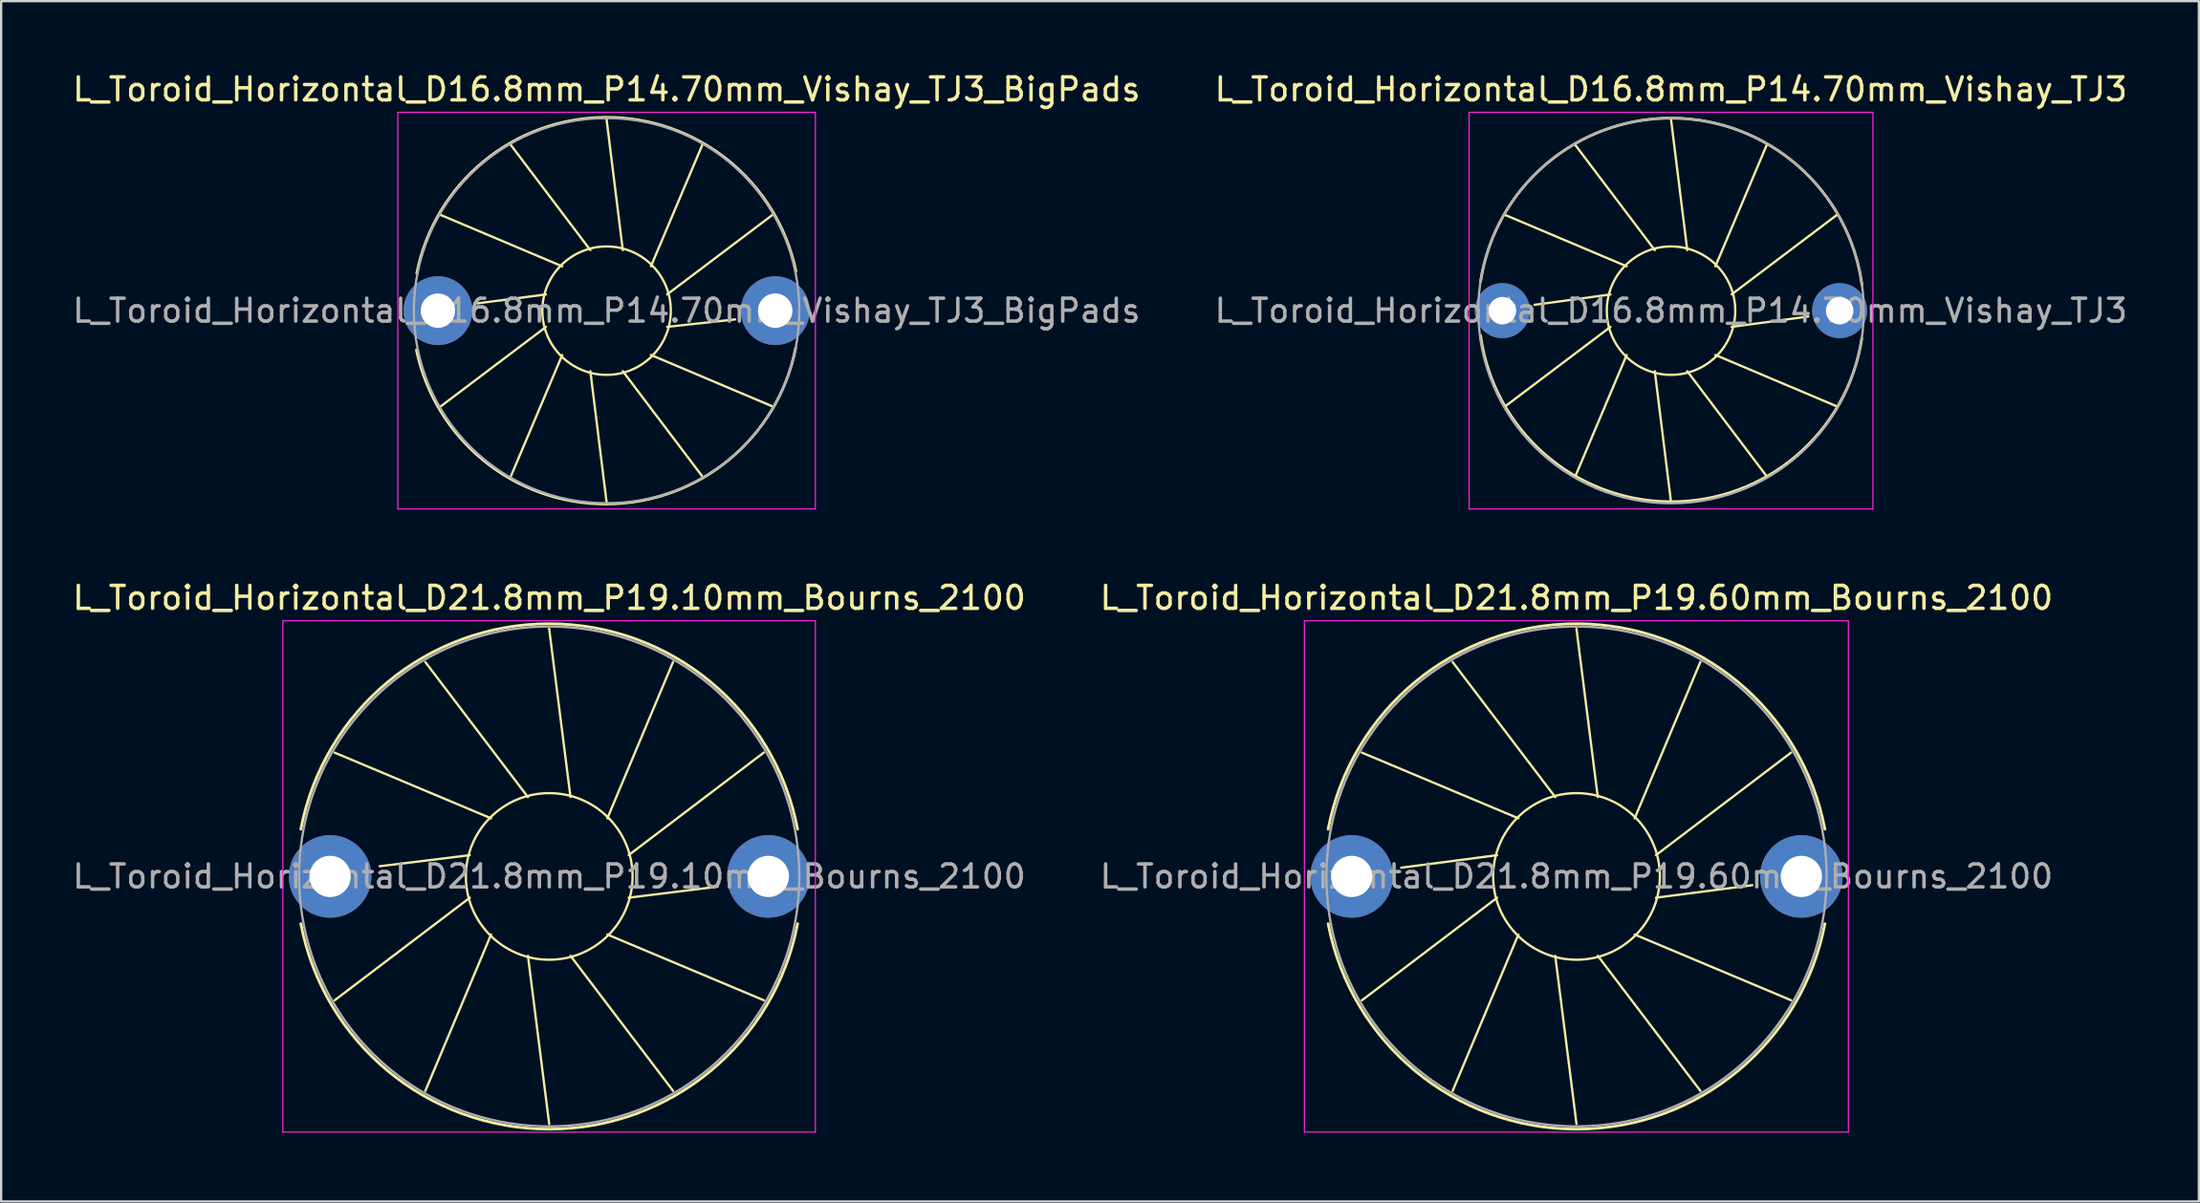
<source format=kicad_pcb>
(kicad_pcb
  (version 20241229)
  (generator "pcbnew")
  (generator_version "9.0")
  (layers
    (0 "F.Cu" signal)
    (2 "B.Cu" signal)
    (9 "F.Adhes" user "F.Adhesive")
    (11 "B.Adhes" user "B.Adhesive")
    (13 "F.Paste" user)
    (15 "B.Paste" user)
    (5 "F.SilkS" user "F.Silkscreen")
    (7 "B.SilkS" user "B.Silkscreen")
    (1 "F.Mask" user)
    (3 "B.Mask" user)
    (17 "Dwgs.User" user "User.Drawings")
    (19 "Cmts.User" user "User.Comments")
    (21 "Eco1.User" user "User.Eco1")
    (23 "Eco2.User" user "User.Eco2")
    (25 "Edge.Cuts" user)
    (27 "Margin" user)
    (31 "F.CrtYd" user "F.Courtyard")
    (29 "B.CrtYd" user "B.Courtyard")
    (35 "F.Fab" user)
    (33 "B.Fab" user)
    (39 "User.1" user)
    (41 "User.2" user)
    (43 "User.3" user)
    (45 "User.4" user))
  (footprint "L_Toroid_Horizontal_D21.8mm_P19.10mm_Bourns_2100"
    (layer "F.Cu")
    (at 11.337 35.172)
    (property "Reference" "L_Toroid_Horizontal_D21.8mm_P19.10mm_Bourns_2100" (at 9.55 -12.15 0) (layer "F.SilkS") (effects (font (size 1 1) (thickness 0.15))))
    (attr through_hole)
    (fp_line (start 0.197 -5.399) (end 7.016 -2.534) (stroke (width 0.1) (type solid)) (layer "F.SilkS"))
    (fp_line (start 0.198 5.401) (end 6.089 0.928) (stroke (width 0.1) (type solid)) (layer "F.SilkS"))
    (fp_line (start 2.159 -0.445) (end 6.088 -0.927) (stroke (width 0.1) (type solid)) (layer "F.SilkS"))
    (fp_line (start 4.149 -9.352) (end 8.622 -3.461) (stroke (width 0.1) (type solid)) (layer "F.SilkS"))
    (fp_line (start 4.151 9.353) (end 7.016 2.534) (stroke (width 0.1) (type solid)) (layer "F.SilkS"))
    (fp_line (start 9.548 -10.8) (end 10.477 -3.462) (stroke (width 0.1) (type solid)) (layer "F.SilkS"))
    (fp_line (start 9.55 10.8) (end 8.623 3.462) (stroke (width 0.1) (type solid)) (layer "F.SilkS"))
    (fp_line (start 14.948 -9.354) (end 12.084 -2.534) (stroke (width 0.1) (type solid)) (layer "F.SilkS"))
    (fp_line (start 14.95 9.353) (end 10.478 3.461) (stroke (width 0.1) (type solid)) (layer "F.SilkS"))
    (fp_line (start 16.891 0.445) (end 13.011 0.927) (stroke (width 0.1) (type solid)) (layer "F.SilkS"))
    (fp_line (start 18.902 -5.401) (end 13.011 -0.928) (stroke (width 0.1) (type solid)) (layer "F.SilkS"))
    (fp_line (start 18.903 5.4) (end 12.084 2.534) (stroke (width 0.1) (type solid)) (layer "F.SilkS"))
    (fp_arc (start -1.275747 -2.06) (mid 9.55 -11.02) (end 20.375747 -2.06) (stroke (width 0.12) (type solid)) (layer "F.SilkS"))
    (fp_arc (start 20.375747 2.06) (mid 9.55 11.02) (end -1.275747 2.06) (stroke (width 0.12) (type solid)) (layer "F.SilkS"))
    (fp_circle (center 9.55 0) (end 13.183 0) (stroke (width 0.1) (type solid)) (fill no) (layer "F.SilkS"))
    (fp_line (start -2.06 -11.15) (end -2.06 11.15) (stroke (width 0.05) (type solid)) (layer "F.CrtYd"))
    (fp_line (start -2.06 11.15) (end 21.15 11.15) (stroke (width 0.05) (type solid)) (layer "F.CrtYd"))
    (fp_line (start 21.15 -11.15) (end -2.06 -11.15) (stroke (width 0.05) (type solid)) (layer "F.CrtYd"))
    (fp_line (start 21.15 11.15) (end 21.15 -11.15) (stroke (width 0.05) (type solid)) (layer "F.CrtYd"))
    (fp_circle (center 9.55 0) (end 20.45 0) (stroke (width 0.1) (type solid)) (fill no) (layer "F.Fab"))
    (fp_text user "${REFERENCE}" (at 9.55 0 0) (layer "F.Fab") (effects (font (size 1 1) (thickness 0.15))))
    (pad "1" thru_hole circle (at 0 0) (size 3.6 3.6) (drill 1.8) (layers "*.Cu" "*.Mask"))
    (pad "2" thru_hole circle (at 19.1 0) (size 3.6 3.6) (drill 1.8) (layers "*.Cu" "*.Mask")))
  (footprint "L_Toroid_Horizontal_D16.8mm_P14.70mm_Vishay_TJ3_BigPads"
    (layer "F.Cu")
    (at 16.037 10.498)
    (property "Reference" "L_Toroid_Horizontal_D16.8mm_P14.70mm_Vishay_TJ3_BigPads" (at 7.35 -9.65 0) (layer "F.SilkS") (effects (font (size 1 1) (thickness 0.15))))
    (attr through_hole)
    (fp_line (start 0.119 -4.174) (end 5.417 -1.933) (stroke (width 0.1) (type solid)) (layer "F.SilkS"))
    (fp_line (start 0.119 4.175) (end 4.71 0.708) (stroke (width 0.1) (type solid)) (layer "F.SilkS"))
    (fp_line (start 1.714 -0.318) (end 4.709 -0.707) (stroke (width 0.1) (type solid)) (layer "F.SilkS"))
    (fp_line (start 3.174 -7.23) (end 6.642 -2.64) (stroke (width 0.1) (type solid)) (layer "F.SilkS"))
    (fp_line (start 3.176 7.231) (end 5.417 1.933) (stroke (width 0.1) (type solid)) (layer "F.SilkS"))
    (fp_line (start 7.349 -8.35) (end 8.057 -2.641) (stroke (width 0.1) (type solid)) (layer "F.SilkS"))
    (fp_line (start 7.35 8.35) (end 6.643 2.64) (stroke (width 0.1) (type solid)) (layer "F.SilkS"))
    (fp_line (start 11.524 -7.232) (end 9.283 -1.933) (stroke (width 0.1) (type solid)) (layer "F.SilkS"))
    (fp_line (start 11.525 7.231) (end 8.058 2.64) (stroke (width 0.1) (type solid)) (layer "F.SilkS"))
    (fp_line (start 12.954 0.381) (end 9.99 0.707) (stroke (width 0.1) (type solid)) (layer "F.SilkS"))
    (fp_line (start 14.58 -4.176) (end 9.99 -0.708) (stroke (width 0.1) (type solid)) (layer "F.SilkS"))
    (fp_line (start 14.581 4.175) (end 9.283 1.933) (stroke (width 0.1) (type solid)) (layer "F.SilkS"))
    (fp_arc (start -0.922048 -1.630258) (mid 7.307026 -8.431054) (end 15.604999 -1.714499) (stroke (width 0.12) (type solid)) (layer "F.SilkS"))
    (fp_arc (start 15.590548 1.630258) (mid 7.361474 8.431054) (end -0.936499 1.714499) (stroke (width 0.12) (type solid)) (layer "F.SilkS"))
    (fp_circle (center 7.35 0) (end 10.15 0) (stroke (width 0.1) (type solid)) (fill no) (layer "F.SilkS"))
    (fp_line (start -1.75 -8.65) (end -1.75 8.65) (stroke (width 0.05) (type solid)) (layer "F.CrtYd"))
    (fp_line (start -1.75 8.65) (end 16.45 8.65) (stroke (width 0.05) (type solid)) (layer "F.CrtYd"))
    (fp_line (start 16.45 -8.65) (end -1.75 -8.65) (stroke (width 0.05) (type solid)) (layer "F.CrtYd"))
    (fp_line (start 16.45 8.65) (end 16.45 -8.65) (stroke (width 0.05) (type solid)) (layer "F.CrtYd"))
    (fp_circle (center 7.35 0) (end 15.75 0) (stroke (width 0.1) (type solid)) (fill no) (layer "F.Fab"))
    (fp_text user "${REFERENCE}" (at 7.35 0 0) (layer "F.Fab") (effects (font (size 1 1) (thickness 0.15))))
    (pad "1" thru_hole circle (at 0 0) (size 3 3) (drill 1.5) (layers "*.Cu" "*.Mask"))
    (pad "2" thru_hole circle (at 14.7 0) (size 3 3) (drill 1.5) (layers "*.Cu" "*.Mask")))
  (footprint "L_Toroid_Horizontal_D16.8mm_P14.70mm_Vishay_TJ3"
    (layer "F.Cu")
    (at 62.43 10.498)
    (property "Reference" "L_Toroid_Horizontal_D16.8mm_P14.70mm_Vishay_TJ3" (at 7.35 -9.65 0) (layer "F.SilkS") (effects (font (size 1 1) (thickness 0.15))))
    (attr through_hole)
    (fp_line (start 0.119 -4.174) (end 5.417 -1.933) (stroke (width 0.1) (type solid)) (layer "F.SilkS"))
    (fp_line (start 0.119 4.175) (end 4.71 0.708) (stroke (width 0.1) (type solid)) (layer "F.SilkS"))
    (fp_line (start 1.397 -0.254) (end 4.709 -0.707) (stroke (width 0.1) (type solid)) (layer "F.SilkS"))
    (fp_line (start 3.174 -7.23) (end 6.642 -2.64) (stroke (width 0.1) (type solid)) (layer "F.SilkS"))
    (fp_line (start 3.176 7.231) (end 5.417 1.933) (stroke (width 0.1) (type solid)) (layer "F.SilkS"))
    (fp_line (start 7.349 -8.35) (end 8.057 -2.641) (stroke (width 0.1) (type solid)) (layer "F.SilkS"))
    (fp_line (start 7.35 8.35) (end 6.643 2.64) (stroke (width 0.1) (type solid)) (layer "F.SilkS"))
    (fp_line (start 11.524 -7.232) (end 9.283 -1.933) (stroke (width 0.1) (type solid)) (layer "F.SilkS"))
    (fp_line (start 11.525 7.231) (end 8.058 2.64) (stroke (width 0.1) (type solid)) (layer "F.SilkS"))
    (fp_line (start 13.335 0.254) (end 9.99 0.707) (stroke (width 0.1) (type solid)) (layer "F.SilkS"))
    (fp_line (start 14.58 -4.176) (end 9.99 -0.708) (stroke (width 0.1) (type solid)) (layer "F.SilkS"))
    (fp_line (start 14.581 4.175) (end 9.283 1.933) (stroke (width 0.1) (type solid)) (layer "F.SilkS"))
    (fp_arc (start -0.949019 -1.276773) (mid 7.417592 -8.396386) (end 15.668499 -1.142999) (stroke (width 0.12) (type solid)) (layer "F.SilkS"))
    (fp_arc (start 15.665019 1.213273) (mid 7.298408 8.332886) (end -0.952499 1.079499) (stroke (width 0.12) (type solid)) (layer "F.SilkS"))
    (fp_circle (center 7.35 0) (end 10.15 0) (stroke (width 0.1) (type solid)) (fill no) (layer "F.SilkS"))
    (fp_line (start -1.45 -8.65) (end -1.45 8.65) (stroke (width 0.05) (type solid)) (layer "F.CrtYd"))
    (fp_line (start -1.45 8.65) (end 16.15 8.65) (stroke (width 0.05) (type solid)) (layer "F.CrtYd"))
    (fp_line (start 16.15 -8.65) (end -1.45 -8.65) (stroke (width 0.05) (type solid)) (layer "F.CrtYd"))
    (fp_line (start 16.15 8.65) (end 16.15 -8.65) (stroke (width 0.05) (type solid)) (layer "F.CrtYd"))
    (fp_circle (center 7.35 0) (end 15.75 0) (stroke (width 0.1) (type solid)) (fill no) (layer "F.Fab"))
    (fp_text user "${REFERENCE}" (at 7.35 0 0) (layer "F.Fab") (effects (font (size 1 1) (thickness 0.15))))
    (pad "1" thru_hole circle (at 0 0) (size 2.4 2.4) (drill 1.2) (layers "*.Cu" "*.Mask"))
    (pad "2" thru_hole circle (at 14.7 0) (size 2.4 2.4) (drill 1.2) (layers "*.Cu" "*.Mask")))
  (footprint "L_Toroid_Horizontal_D21.8mm_P19.60mm_Bourns_2100"
    (layer "F.Cu")
    (at 55.861 35.172)
    (property "Reference" "L_Toroid_Horizontal_D21.8mm_P19.60mm_Bourns_2100" (at 9.8 -12.15 0) (layer "F.SilkS") (effects (font (size 1 1) (thickness 0.15))))
    (attr through_hole)
    (fp_line (start 0.447 -5.399) (end 7.266 -2.534) (stroke (width 0.1) (type solid)) (layer "F.SilkS"))
    (fp_line (start 0.448 5.401) (end 6.339 0.928) (stroke (width 0.1) (type solid)) (layer "F.SilkS"))
    (fp_line (start 2.159 -0.381) (end 6.338 -0.927) (stroke (width 0.1) (type solid)) (layer "F.SilkS"))
    (fp_line (start 4.399 -9.352) (end 8.872 -3.461) (stroke (width 0.1) (type solid)) (layer "F.SilkS"))
    (fp_line (start 4.401 9.353) (end 7.266 2.534) (stroke (width 0.1) (type solid)) (layer "F.SilkS"))
    (fp_line (start 9.798 -10.8) (end 10.727 -3.462) (stroke (width 0.1) (type solid)) (layer "F.SilkS"))
    (fp_line (start 9.8 10.8) (end 8.873 3.462) (stroke (width 0.1) (type solid)) (layer "F.SilkS"))
    (fp_line (start 15.198 -9.354) (end 12.334 -2.534) (stroke (width 0.1) (type solid)) (layer "F.SilkS"))
    (fp_line (start 15.2 9.353) (end 10.728 3.461) (stroke (width 0.1) (type solid)) (layer "F.SilkS"))
    (fp_line (start 17.462 0.381) (end 13.262 0.927) (stroke (width 0.1) (type solid)) (layer "F.SilkS"))
    (fp_line (start 19.152 -5.401) (end 13.261 -0.928) (stroke (width 0.1) (type solid)) (layer "F.SilkS"))
    (fp_line (start 19.153 5.4) (end 12.334 2.534) (stroke (width 0.1) (type solid)) (layer "F.SilkS"))
    (fp_arc (start -1.025747 -2.06) (mid 9.8 -11.02) (end 20.625747 -2.06) (stroke (width 0.12) (type solid)) (layer "F.SilkS"))
    (fp_arc (start 20.625747 2.06) (mid 9.8 11.02) (end -1.025747 2.06) (stroke (width 0.12) (type solid)) (layer "F.SilkS"))
    (fp_circle (center 9.8 0) (end 13.433 0) (stroke (width 0.1) (type solid)) (fill no) (layer "F.SilkS"))
    (fp_line (start -2.06 -11.15) (end -2.06 11.15) (stroke (width 0.05) (type solid)) (layer "F.CrtYd"))
    (fp_line (start -2.06 11.15) (end 21.65 11.15) (stroke (width 0.05) (type solid)) (layer "F.CrtYd"))
    (fp_line (start 21.65 -11.15) (end -2.06 -11.15) (stroke (width 0.05) (type solid)) (layer "F.CrtYd"))
    (fp_line (start 21.65 11.15) (end 21.65 -11.15) (stroke (width 0.05) (type solid)) (layer "F.CrtYd"))
    (fp_circle (center 9.8 0) (end 20.7 0) (stroke (width 0.1) (type solid)) (fill no) (layer "F.Fab"))
    (fp_text user "${REFERENCE}" (at 9.8 0 0) (layer "F.Fab") (effects (font (size 1 1) (thickness 0.15))))
    (pad "1" thru_hole circle (at 0 0) (size 3.6 3.6) (drill 1.8) (layers "*.Cu" "*.Mask"))
    (pad "2" thru_hole circle (at 19.6 0) (size 3.6 3.6) (drill 1.8) (layers "*.Cu" "*.Mask")))
  (gr_rect
    (start -3 -3)
    (end 92.786 49.346)
    (stroke (width 0.1) (type default))
    (fill no)
    (layer "Edge.Cuts")))
</source>
